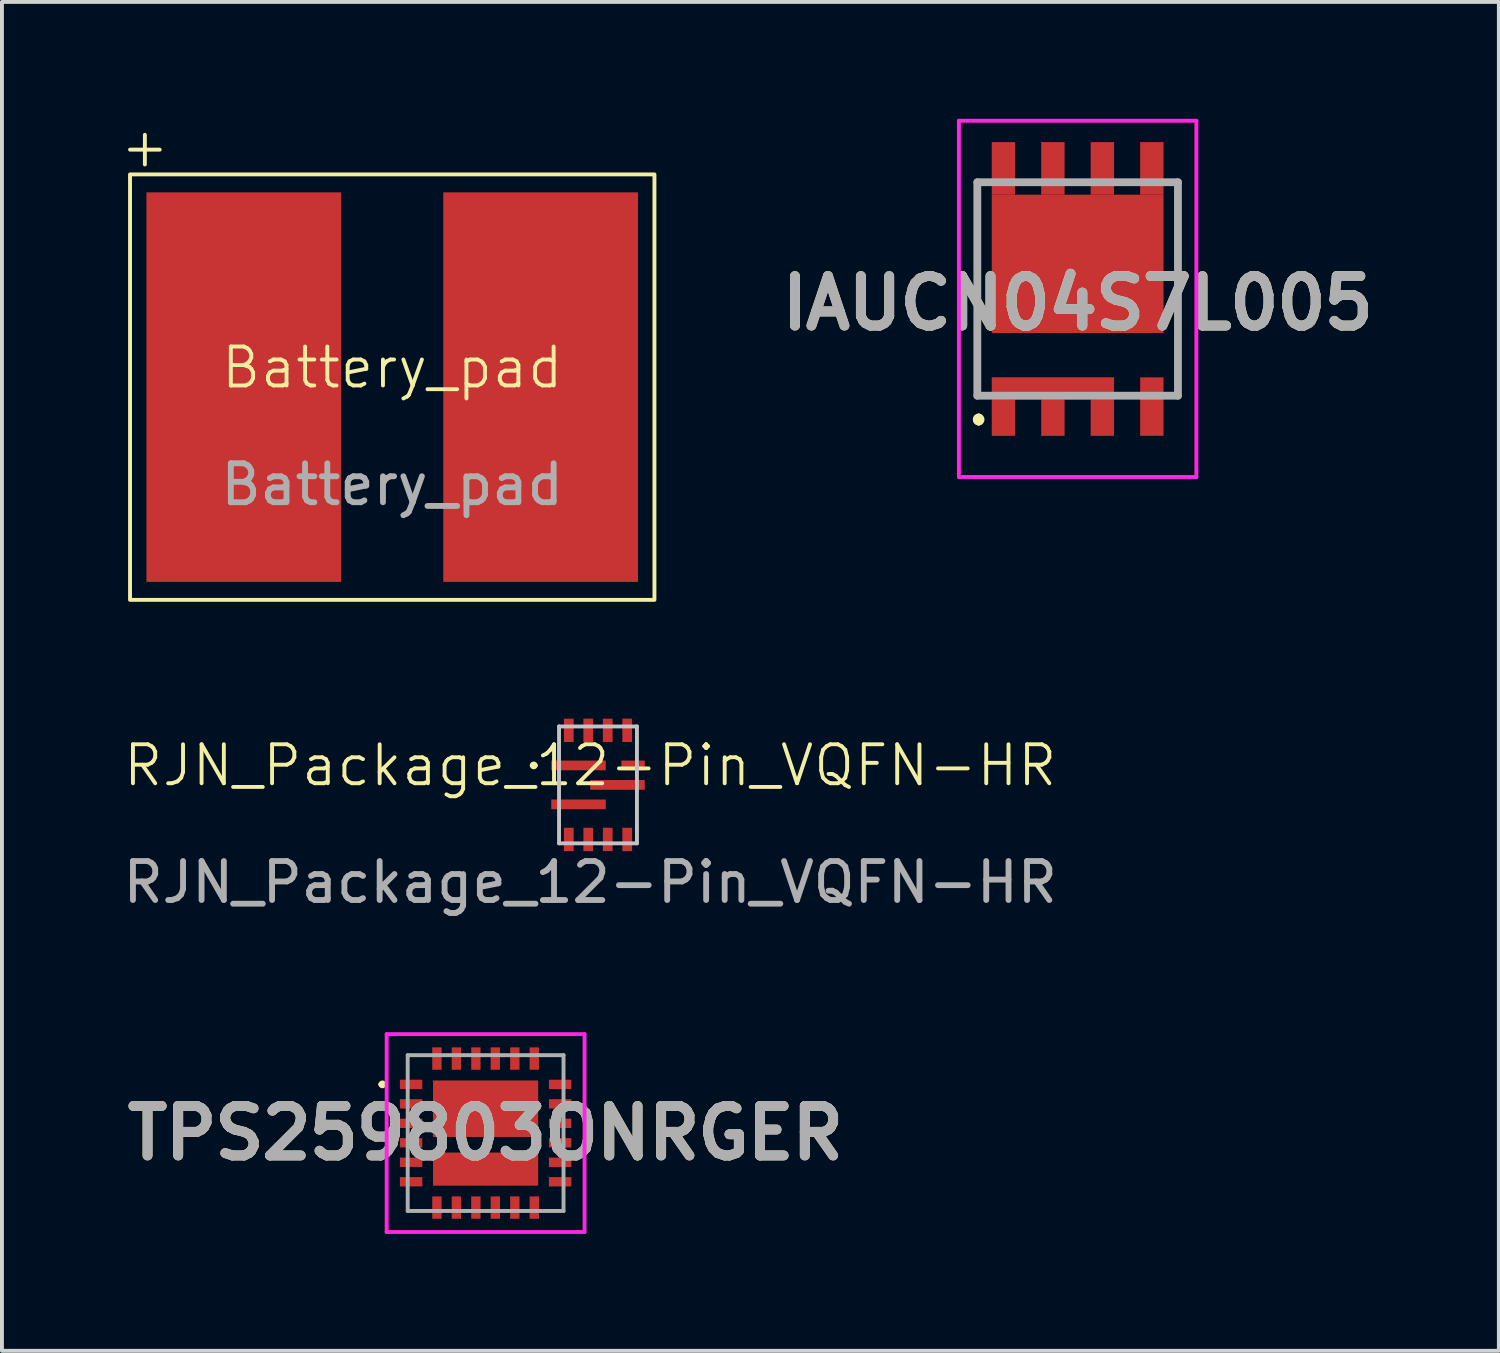
<source format=kicad_pcb>
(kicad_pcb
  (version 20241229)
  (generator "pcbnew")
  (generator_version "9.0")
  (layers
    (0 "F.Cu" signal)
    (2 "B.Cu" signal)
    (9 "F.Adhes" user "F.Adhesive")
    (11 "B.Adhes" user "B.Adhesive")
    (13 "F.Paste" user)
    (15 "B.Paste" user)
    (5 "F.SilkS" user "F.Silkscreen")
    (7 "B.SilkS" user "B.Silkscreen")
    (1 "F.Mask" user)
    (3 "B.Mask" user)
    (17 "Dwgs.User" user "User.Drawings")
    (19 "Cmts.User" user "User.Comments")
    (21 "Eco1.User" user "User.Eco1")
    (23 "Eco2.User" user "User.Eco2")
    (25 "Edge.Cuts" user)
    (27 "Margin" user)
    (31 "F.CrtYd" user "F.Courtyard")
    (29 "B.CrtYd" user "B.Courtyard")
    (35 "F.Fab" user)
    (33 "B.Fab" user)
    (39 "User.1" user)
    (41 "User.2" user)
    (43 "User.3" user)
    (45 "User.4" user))
  (footprint "TPS259803ONRGER"
    (layer "F.Cu")
    (at 9.416 26.037)
    (property "Reference" "TPS259803ONRGER" (at 0 0 0) (layer "F.SilkS") (effects (font (size 1.27 1.27) (thickness 0.254))))
    (attr smd)
    (fp_line (start -2.7 -1.25) (end -2.7 -1.25) (stroke (width 0.1) (type solid)) (layer "F.SilkS"))
    (fp_line (start -2.6 -1.25) (end -2.6 -1.25) (stroke (width 0.1) (type solid)) (layer "F.SilkS"))
    (fp_arc (start -2.7 -1.25) (mid -2.65 -1.3) (end -2.6 -1.25) (stroke (width 0.1) (type solid)) (layer "F.SilkS"))
    (fp_arc (start -2.6 -1.25) (mid -2.65 -1.2) (end -2.7 -1.25) (stroke (width 0.1) (type solid)) (layer "F.SilkS"))
    (fp_line (start -2.54 -2.54) (end 2.54 -2.54) (stroke (width 0.1) (type solid)) (layer "F.CrtYd"))
    (fp_line (start -2.54 2.54) (end -2.54 -2.54) (stroke (width 0.1) (type solid)) (layer "F.CrtYd"))
    (fp_line (start 2.54 -2.54) (end 2.54 2.54) (stroke (width 0.1) (type solid)) (layer "F.CrtYd"))
    (fp_line (start 2.54 2.54) (end -2.54 2.54) (stroke (width 0.1) (type solid)) (layer "F.CrtYd"))
    (fp_line (start -2 -2) (end 2 -2) (stroke (width 0.1) (type solid)) (layer "F.Fab"))
    (fp_line (start -2 2) (end -2 -2) (stroke (width 0.1) (type solid)) (layer "F.Fab"))
    (fp_line (start 2 -2) (end 2 2) (stroke (width 0.1) (type solid)) (layer "F.Fab"))
    (fp_line (start 2 2) (end -2 2) (stroke (width 0.1) (type solid)) (layer "F.Fab"))
    (fp_text user "${REFERENCE}" (at 0 0 0) (layer "F.Fab") (effects (font (size 1.27 1.27) (thickness 0.254))))
    (pad "1" smd rect (at -1.913 -1.25 90) (size 0.24 0.575) (layers "F.Cu" "F.Mask" "F.Paste"))
    (pad "1" smd rect (at -1.913 -0.75 90) (size 0.24 0.575) (layers "F.Cu" "F.Mask" "F.Paste"))
    (pad "1" smd rect (at -1.913 -0.25 90) (size 0.24 0.575) (layers "F.Cu" "F.Mask" "F.Paste"))
    (pad "1" smd rect (at 0 -0.625 90) (size 1.45 2.7) (layers "F.Cu" "F.Mask" "F.Paste"))
    (pad "1" smd rect (at 1.913 -0.25 90) (size 0.24 0.575) (layers "F.Cu" "F.Mask" "F.Paste"))
    (pad "2" smd rect (at -1.913 0.25 90) (size 0.24 0.575) (layers "F.Cu" "F.Mask" "F.Paste"))
    (pad "2" smd rect (at -1.913 0.75 90) (size 0.24 0.575) (layers "F.Cu" "F.Mask" "F.Paste"))
    (pad "2" smd rect (at 0 0.925 90) (size 0.85 2.7) (layers "F.Cu" "F.Mask" "F.Paste"))
    (pad "2" smd rect (at 1.913 0.75 90) (size 0.24 0.575) (layers "F.Cu" "F.Mask" "F.Paste"))
    (pad "3" smd rect (at -1.25 -1.913) (size 0.24 0.575) (layers "F.Cu" "F.Mask" "F.Paste"))
    (pad "3" smd rect (at -0.75 -1.913) (size 0.24 0.575) (layers "F.Cu" "F.Mask" "F.Paste"))
    (pad "3" smd rect (at -0.25 -1.913) (size 0.24 0.575) (layers "F.Cu" "F.Mask" "F.Paste"))
    (pad "3" smd rect (at 0.25 -1.913) (size 0.24 0.575) (layers "F.Cu" "F.Mask" "F.Paste"))
    (pad "3" smd rect (at 0.75 -1.913) (size 0.24 0.575) (layers "F.Cu" "F.Mask" "F.Paste"))
    (pad "3" smd rect (at 1.25 -1.913) (size 0.24 0.575) (layers "F.Cu" "F.Mask" "F.Paste"))
    (pad "3" smd rect (at 1.913 -1.25 90) (size 0.24 0.575) (layers "F.Cu" "F.Mask" "F.Paste"))
    (pad "3" smd rect (at 1.913 -0.75 90) (size 0.24 0.575) (layers "F.Cu" "F.Mask" "F.Paste"))
    (pad "4" smd rect (at 1.913 0.25 90) (size 0.24 0.575) (layers "F.Cu" "F.Mask" "F.Paste"))
    (pad "5" smd rect (at 1.913 1.25 90) (size 0.24 0.575) (layers "F.Cu" "F.Mask" "F.Paste"))
    (pad "6" smd rect (at -1.913 1.25 90) (size 0.24 0.575) (layers "F.Cu" "F.Mask" "F.Paste"))
    (pad "7" smd rect (at -1.25 1.913) (size 0.24 0.575) (layers "F.Cu" "F.Mask" "F.Paste"))
    (pad "8" smd rect (at -0.75 1.913) (size 0.24 0.575) (layers "F.Cu" "F.Mask" "F.Paste"))
    (pad "9" smd rect (at -0.25 1.913) (size 0.24 0.575) (layers "F.Cu" "F.Mask" "F.Paste"))
    (pad "10" smd rect (at 0.25 1.913) (size 0.24 0.575) (layers "F.Cu" "F.Mask" "F.Paste"))
    (pad "11" smd rect (at 0.75 1.913) (size 0.24 0.575) (layers "F.Cu" "F.Mask" "F.Paste"))
    (pad "12" smd rect (at 1.25 1.913) (size 0.24 0.575) (layers "F.Cu" "F.Mask" "F.Paste")))
  (footprint "IAUCN04S7L005"
    (layer "F.Cu")
    (at 24.614 4.368)
    (property "Reference" "IAUCN04S7L005" (at 0 0.365 0) (layer "F.SilkS") (effects (font (size 1.27 1.27) (thickness 0.254))))
    (attr smd)
    (fp_line (start -2.575 -2.74) (end -2.575 -2.74) (stroke (width 0.1) (type solid)) (layer "F.SilkS"))
    (fp_line (start -2.575 -2.74) (end -2.575 2.74) (stroke (width 0.1) (type solid)) (layer "F.SilkS"))
    (fp_line (start -2.575 2.74) (end -2.575 -2.74) (stroke (width 0.1) (type solid)) (layer "F.SilkS"))
    (fp_line (start -2.575 2.74) (end -2.575 2.74) (stroke (width 0.1) (type solid)) (layer "F.SilkS"))
    (fp_line (start -2.54 3.302) (end -2.54 3.302) (stroke (width 0.2) (type solid)) (layer "F.SilkS"))
    (fp_line (start -2.54 3.302) (end -2.54 3.302) (stroke (width 0.2) (type solid)) (layer "F.SilkS"))
    (fp_line (start -2.54 3.402) (end -2.54 3.402) (stroke (width 0.2) (type solid)) (layer "F.SilkS"))
    (fp_line (start 2.575 -2.74) (end 2.575 -2.74) (stroke (width 0.1) (type solid)) (layer "F.SilkS"))
    (fp_line (start 2.575 -2.74) (end 2.575 2.74) (stroke (width 0.1) (type solid)) (layer "F.SilkS"))
    (fp_line (start 2.575 2.74) (end 2.575 -2.74) (stroke (width 0.1) (type solid)) (layer "F.SilkS"))
    (fp_line (start 2.575 2.74) (end 2.575 2.74) (stroke (width 0.1) (type solid)) (layer "F.SilkS"))
    (fp_arc (start -2.54 3.302) (mid -2.49 3.352) (end -2.54 3.402) (stroke (width 0.2) (type solid)) (layer "F.SilkS"))
    (fp_arc (start -2.54 3.402) (mid -2.59 3.352) (end -2.54 3.302) (stroke (width 0.2) (type solid)) (layer "F.SilkS"))
    (fp_arc (start -2.54 3.402) (mid -2.59 3.352) (end -2.54 3.302) (stroke (width 0.2) (type solid)) (layer "F.SilkS"))
    (fp_line (start -3.048 -4.318) (end 3.048 -4.318) (stroke (width 0.1) (type solid)) (layer "F.CrtYd"))
    (fp_line (start -3.048 4.826) (end -3.048 -4.318) (stroke (width 0.1) (type solid)) (layer "F.CrtYd"))
    (fp_line (start 3.048 -4.318) (end 3.048 4.826) (stroke (width 0.1) (type solid)) (layer "F.CrtYd"))
    (fp_line (start 3.048 4.826) (end -3.048 4.826) (stroke (width 0.1) (type solid)) (layer "F.CrtYd"))
    (fp_line (start -2.575 -2.74) (end -2.575 2.74) (stroke (width 0.2) (type solid)) (layer "F.Fab"))
    (fp_line (start -2.575 2.74) (end 2.575 2.74) (stroke (width 0.2) (type solid)) (layer "F.Fab"))
    (fp_line (start 2.575 -2.74) (end -2.575 -2.74) (stroke (width 0.2) (type solid)) (layer "F.Fab"))
    (fp_line (start 2.575 2.74) (end 2.575 -2.74) (stroke (width 0.2) (type solid)) (layer "F.Fab"))
    (fp_text user "${REFERENCE}" (at 0 0.365 0) (layer "F.Fab") (effects (font (size 1.27 1.27) (thickness 0.254))))
    (pad "1" smd rect (at -1.905 3.303) (size 0.6 0.935) (layers "F.Cu" "F.Mask" "F.Paste"))
    (pad "1" smd rect (at -0.635 2.55 90) (size 0.565 3.14) (layers "F.Cu" "F.Mask" "F.Paste"))
    (pad "1" smd rect (at -0.635 3.303) (size 0.6 0.935) (layers "F.Cu" "F.Mask" "F.Paste"))
    (pad "1" smd rect (at 0.635 3.303) (size 0.6 0.935) (layers "F.Cu" "F.Mask" "F.Paste"))
    (pad "2" smd rect (at 1.905 3.02) (size 0.6 1.5) (layers "F.Cu" "F.Mask" "F.Paste"))
    (pad "3" smd rect (at -1.905 -3.095) (size 0.6 1.35) (layers "F.Cu" "F.Mask" "F.Paste"))
    (pad "3" smd rect (at -0.635 -3.095) (size 0.6 1.35) (layers "F.Cu" "F.Mask" "F.Paste"))
    (pad "3" smd rect (at 0 -0.645 90) (size 3.55 4.41) (layers "F.Cu" "F.Mask" "F.Paste"))
    (pad "3" smd rect (at 0.635 -3.095) (size 0.6 1.35) (layers "F.Cu" "F.Mask" "F.Paste"))
    (pad "3" smd rect (at 1.905 -3.095) (size 0.6 1.35) (layers "F.Cu" "F.Mask" "F.Paste")))
  (footprint "Battery_pad"
    (layer "F.Cu")
    (at 7.019 6.888)
    (property "Reference" "Battery_pad" (at 0 -0.5 0) (unlocked yes) (layer "F.SilkS") (effects (font (size 1 1) (thickness 0.1))))
    (attr smd)
    (fp_rect (start -6.731 -5.461) (end 6.731 5.461) (stroke (width 0.1) (type default)) (fill no) (layer "F.SilkS"))
    (fp_text user "+" (at -6.35 -5.588 0) (unlocked yes) (layer "F.SilkS") (effects (font (size 1 1) (thickness 0.1)) (justify bottom)))
    (fp_text user "${REFERENCE}" (at 0 2.5 0) (unlocked yes) (layer "F.Fab") (effects (font (size 1 1) (thickness 0.15))))
    (pad "1" smd rect (at -3.81 0) (size 5 10) (layers "F.Cu" "F.Mask" "F.Paste"))
    (pad "2" smd rect (at 3.81 0) (size 5 10) (layers "F.Cu" "F.Mask" "F.Paste")))
  (footprint "RJN_Package_12-Pin_VQFN-HR"
    (layer "F.Cu")
    (at 12.101 17.099)
    (property "Reference" "RJN_Package_12-Pin_VQFN-HR" (at 0 -0.5 0) (unlocked yes) (layer "F.SilkS") (effects (font (size 1 1) (thickness 0.1))))
    (attr smd)
    (fp_line (start -1.5 -0.5) (end -1.5 -0.5) (stroke (width 0.1) (type solid)) (layer "F.SilkS"))
    (fp_line (start -1.4 -0.5) (end -1.4 -0.5) (stroke (width 0.1) (type solid)) (layer "F.SilkS"))
    (fp_arc (start -1.5 -0.5) (mid -1.45 -0.55) (end -1.4 -0.5) (stroke (width 0.1) (type solid)) (layer "F.SilkS"))
    (fp_arc (start -1.4 -0.5) (mid -1.45 -0.45) (end -1.5 -0.5) (stroke (width 0.1) (type solid)) (layer "F.SilkS"))
    (fp_line (start -0.8 -1.5) (end 1.2 -1.5) (stroke (width 0.1) (type solid)) (layer "Dwgs.User"))
    (fp_line (start -0.8 1.5) (end -0.8 -1.5) (stroke (width 0.1) (type solid)) (layer "Dwgs.User"))
    (fp_line (start 1.2 -1.5) (end 1.2 1.5) (stroke (width 0.1) (type solid)) (layer "Dwgs.User"))
    (fp_line (start 1.2 1.5) (end -0.8 1.5) (stroke (width 0.1) (type solid)) (layer "Dwgs.User"))
    (fp_text user "${REFERENCE}" (at 0 2.5 0) (unlocked yes) (layer "F.Fab") (effects (font (size 1 1) (thickness 0.15))))
    (pad "1" smd rect (at -0.3 -0.5 90) (size 0.25 1.4) (layers "F.Cu" "F.Mask" "F.Paste"))
    (pad "2" smd rect (at -0.3 0.5 90) (size 0.25 1.4) (layers "F.Cu" "F.Mask" "F.Paste"))
    (pad "3" smd rect (at -0.55 1.4) (size 0.25 0.6) (layers "F.Cu" "F.Mask" "F.Paste"))
    (pad "4" smd rect (at -0.05 1.4) (size 0.25 0.6) (layers "F.Cu" "F.Mask" "F.Paste"))
    (pad "5" smd rect (at 0.45 1.4) (size 0.25 0.6) (layers "F.Cu" "F.Mask" "F.Paste"))
    (pad "6" smd rect (at 0.95 1.4) (size 0.25 0.6) (layers "F.Cu" "F.Mask" "F.Paste"))
    (pad "7" smd rect (at 0.7 0 90) (size 0.25 1.4) (layers "F.Cu" "F.Mask" "F.Paste"))
    (pad "8" smd rect (at 1.1 -0.5 90) (size 0.25 0.6) (layers "F.Cu" "F.Mask" "F.Paste"))
    (pad "9" smd rect (at 0.95 -1.4) (size 0.25 0.6) (layers "F.Cu" "F.Mask" "F.Paste"))
    (pad "10" smd rect (at 0.45 -1.4) (size 0.25 0.6) (layers "F.Cu" "F.Mask" "F.Paste"))
    (pad "11" smd rect (at -0.05 -1.4) (size 0.25 0.6) (layers "F.Cu" "F.Mask" "F.Paste"))
    (pad "12" smd rect (at -0.55 -1.4) (size 0.25 0.6) (layers "F.Cu" "F.Mask" "F.Paste")))
  (gr_rect
    (start -3 -3)
    (end 35.427 31.627)
    (stroke (width 0.1) (type default))
    (fill no)
    (layer "Edge.Cuts")))
</source>
